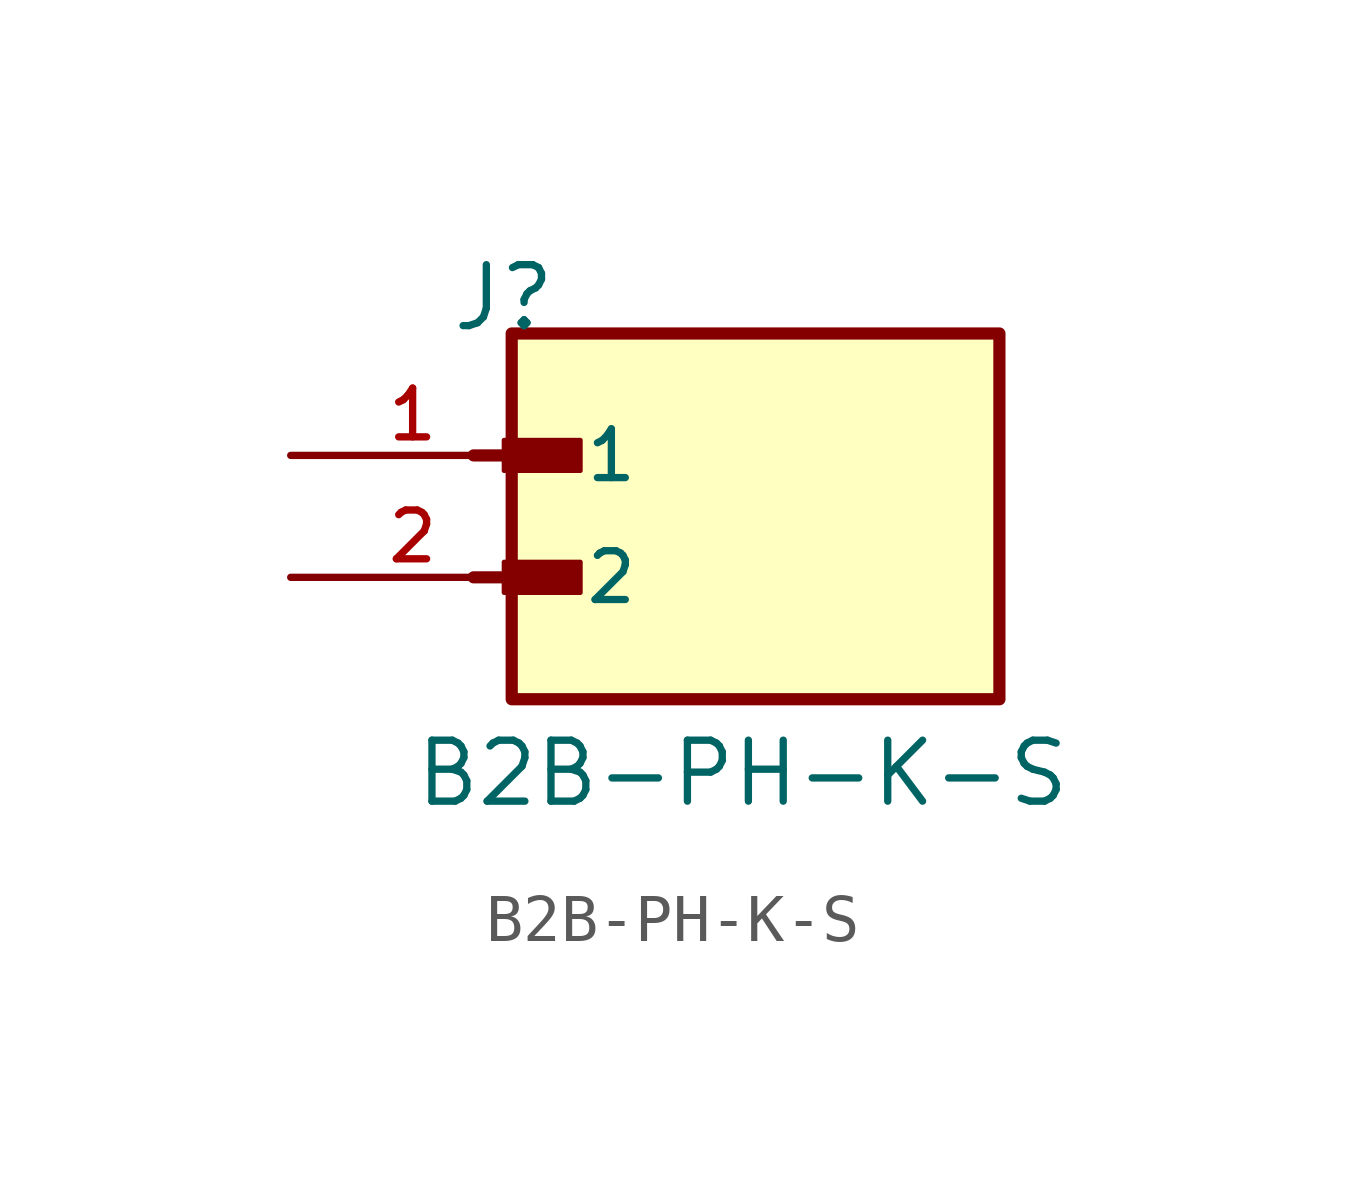
<source format=kicad_sym>
(kicad_symbol_lib
  (version 20241209)
  (generator "kicad_symbol_editor")
  (generator_version "9.0")
  (symbol "B2B-PH-K-S"
    (pin_names
      (offset 1.016))
    (property "Reference" "J"
      (at -5.58 5.08 0)
      (effects (font (size 1.27 1.27)) (justify left bottom)))
    (property "Value" "B2B-PH-K-S"
      (at -6.35 -4.826 0)
      (effects (font (size 1.27 1.27)) (justify left bottom)))
    (symbol "B2B-PH-K-S_0_0"
      (polyline (pts (xy -5.08 2.54) (xy -3.175 2.54)) (stroke (width 0.254) (type default)) (fill (type none)))
      (polyline (pts (xy -5.08 0) (xy -3.175 0)) (stroke (width 0.254) (type default)) (fill (type none)))
      (rectangle (start -4.445 2.223) (end -2.857 2.857) (stroke (width 0.1) (type default)) (fill (type outline)))
      (rectangle (start -4.445 -0.318) (end -2.857 0.318) (stroke (width 0.1) (type default)) (fill (type outline)))
      (rectangle (start -4.286 5.08) (end 5.874 -2.54) (stroke (width 0.254) (type default)) (fill (type background)))
      (pin passive line (at -8.89 2.54 0) (length 5.08) (name "1" (effects (font (size 1.016 1.016)))) (number "1" (effects (font (size 1.016 1.016)))))
      (pin passive line (at -8.89 0 0) (length 5.08) (name "2" (effects (font (size 1.016 1.016)))) (number "2" (effects (font (size 1.016 1.016))))))))
</source>
